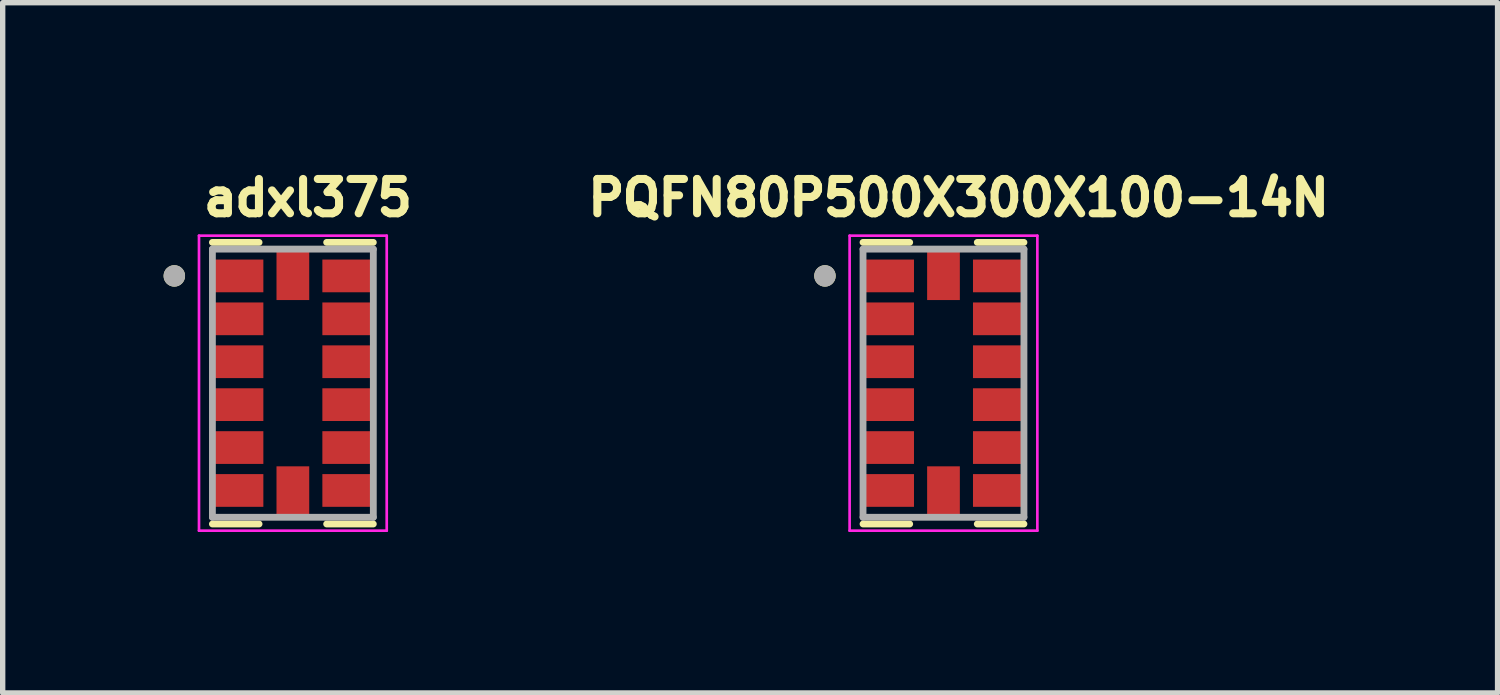
<source format=kicad_pcb>
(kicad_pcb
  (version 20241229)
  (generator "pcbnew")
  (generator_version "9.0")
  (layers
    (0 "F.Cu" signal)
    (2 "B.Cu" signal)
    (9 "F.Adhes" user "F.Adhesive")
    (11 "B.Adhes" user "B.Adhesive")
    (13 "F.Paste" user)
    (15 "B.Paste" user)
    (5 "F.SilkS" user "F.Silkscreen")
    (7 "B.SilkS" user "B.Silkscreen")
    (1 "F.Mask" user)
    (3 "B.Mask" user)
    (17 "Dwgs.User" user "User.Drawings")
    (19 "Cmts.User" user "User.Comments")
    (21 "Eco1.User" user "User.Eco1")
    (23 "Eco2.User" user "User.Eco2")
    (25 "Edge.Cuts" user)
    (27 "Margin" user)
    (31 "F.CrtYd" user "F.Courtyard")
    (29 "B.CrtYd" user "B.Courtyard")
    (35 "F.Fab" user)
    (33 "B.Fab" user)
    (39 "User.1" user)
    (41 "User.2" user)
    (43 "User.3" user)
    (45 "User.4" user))
  (footprint "PQFN80P500X300X100-14N"
    (layer "F.Cu")
    (at 14.54 4.094)
    (property "Reference" "PQFN80P500X300X100-14N" (at 0.282 -3.456 0) (layer "F.SilkS") (effects (font (size 0.64 0.64) (thickness 0.15))))
    (attr smd)
    (fp_poly (pts (xy -1.52 -2.355) (xy -0.5 -2.355) (xy -0.5 -1.645) (xy -1.52 -1.645)) (stroke (width 0.01) (type solid)) (fill yes) (layer "F.Mask"))
    (fp_poly (pts (xy -1.52 -1.555) (xy -0.5 -1.555) (xy -0.5 -0.845) (xy -1.52 -0.845)) (stroke (width 0.01) (type solid)) (fill yes) (layer "F.Mask"))
    (fp_poly (pts (xy -1.52 -0.755) (xy -0.5 -0.755) (xy -0.5 -0.045) (xy -1.52 -0.045)) (stroke (width 0.01) (type solid)) (fill yes) (layer "F.Mask"))
    (fp_poly (pts (xy -1.52 0.045) (xy -0.5 0.045) (xy -0.5 0.755) (xy -1.52 0.755)) (stroke (width 0.01) (type solid)) (fill yes) (layer "F.Mask"))
    (fp_poly (pts (xy -1.52 0.845) (xy -0.5 0.845) (xy -0.5 1.555) (xy -1.52 1.555)) (stroke (width 0.01) (type solid)) (fill yes) (layer "F.Mask"))
    (fp_poly (pts (xy -1.52 1.645) (xy -0.5 1.645) (xy -0.5 2.355) (xy -1.52 2.355)) (stroke (width 0.01) (type solid)) (fill yes) (layer "F.Mask"))
    (fp_poly (pts (xy -0.355 -2.52) (xy 0.355 -2.52) (xy 0.355 -1.5) (xy -0.355 -1.5)) (stroke (width 0.01) (type solid)) (fill yes) (layer "F.Mask"))
    (fp_poly (pts (xy -0.355 1.5) (xy 0.355 1.5) (xy 0.355 2.52) (xy -0.355 2.52)) (stroke (width 0.01) (type solid)) (fill yes) (layer "F.Mask"))
    (fp_poly (pts (xy 0.5 -2.355) (xy 1.52 -2.355) (xy 1.52 -1.645) (xy 0.5 -1.645)) (stroke (width 0.01) (type solid)) (fill yes) (layer "F.Mask"))
    (fp_poly (pts (xy 0.5 -1.555) (xy 1.52 -1.555) (xy 1.52 -0.845) (xy 0.5 -0.845)) (stroke (width 0.01) (type solid)) (fill yes) (layer "F.Mask"))
    (fp_poly (pts (xy 0.5 -0.755) (xy 1.52 -0.755) (xy 1.52 -0.045) (xy 0.5 -0.045)) (stroke (width 0.01) (type solid)) (fill yes) (layer "F.Mask"))
    (fp_poly (pts (xy 0.5 0.045) (xy 1.52 0.045) (xy 1.52 0.755) (xy 0.5 0.755)) (stroke (width 0.01) (type solid)) (fill yes) (layer "F.Mask"))
    (fp_poly (pts (xy 0.5 0.845) (xy 1.52 0.845) (xy 1.52 1.555) (xy 0.5 1.555)) (stroke (width 0.01) (type solid)) (fill yes) (layer "F.Mask"))
    (fp_poly (pts (xy 0.5 1.645) (xy 1.52 1.645) (xy 1.52 2.355) (xy 0.5 2.355)) (stroke (width 0.01) (type solid)) (fill yes) (layer "F.Mask"))
    (fp_line (start -1.5 -2.625) (end -0.63 -2.625) (stroke (width 0.127) (type solid)) (layer "F.SilkS"))
    (fp_line (start -1.5 2.625) (end -0.63 2.625) (stroke (width 0.127) (type solid)) (layer "F.SilkS"))
    (fp_line (start 1.5 -2.625) (end 0.63 -2.625) (stroke (width 0.127) (type solid)) (layer "F.SilkS"))
    (fp_line (start 1.5 2.625) (end 0.63 2.625) (stroke (width 0.127) (type solid)) (layer "F.SilkS"))
    (fp_circle (center -2.21 -2) (end -2.11 -2) (stroke (width 0.2) (type solid)) (fill no) (layer "F.SilkS"))
    (fp_line (start -1.75 -2.75) (end -1.75 2.75) (stroke (width 0.05) (type solid)) (layer "F.CrtYd"))
    (fp_line (start -1.75 2.75) (end 1.75 2.75) (stroke (width 0.05) (type solid)) (layer "F.CrtYd"))
    (fp_line (start 1.75 -2.75) (end -1.75 -2.75) (stroke (width 0.05) (type solid)) (layer "F.CrtYd"))
    (fp_line (start 1.75 2.75) (end 1.75 -2.75) (stroke (width 0.05) (type solid)) (layer "F.CrtYd"))
    (fp_line (start -1.5 -2.5) (end 1.5 -2.5) (stroke (width 0.127) (type solid)) (layer "F.Fab"))
    (fp_line (start -1.5 2.5) (end -1.5 -2.5) (stroke (width 0.127) (type solid)) (layer "F.Fab"))
    (fp_line (start 1.5 -2.5) (end 1.5 2.5) (stroke (width 0.127) (type solid)) (layer "F.Fab"))
    (fp_line (start 1.5 2.5) (end -1.5 2.5) (stroke (width 0.127) (type solid)) (layer "F.Fab"))
    (fp_circle (center -2.21 -2) (end -2.11 -2) (stroke (width 0.2) (type solid)) (fill no) (layer "F.Fab"))
    (pad "1" smd rect (at -1.01 -2) (size 0.92 0.61) (layers "F.Cu" "F.Paste"))
    (pad "2" smd rect (at -1.01 -1.2) (size 0.92 0.61) (layers "F.Cu" "F.Paste"))
    (pad "3" smd rect (at -1.01 -0.4) (size 0.92 0.61) (layers "F.Cu" "F.Paste"))
    (pad "4" smd rect (at -1.01 0.4) (size 0.92 0.61) (layers "F.Cu" "F.Paste"))
    (pad "5" smd rect (at -1.01 1.2) (size 0.92 0.61) (layers "F.Cu" "F.Paste"))
    (pad "6" smd rect (at -1.01 2) (size 0.92 0.61) (layers "F.Cu" "F.Paste"))
    (pad "7" smd rect (at 0 2.01) (size 0.61 0.92) (layers "F.Cu" "F.Paste"))
    (pad "8" smd rect (at 1.01 2) (size 0.92 0.61) (layers "F.Cu" "F.Paste"))
    (pad "9" smd rect (at 1.01 1.2) (size 0.92 0.61) (layers "F.Cu" "F.Paste"))
    (pad "10" smd rect (at 1.01 0.4) (size 0.92 0.61) (layers "F.Cu" "F.Paste"))
    (pad "11" smd rect (at 1.01 -0.4) (size 0.92 0.61) (layers "F.Cu" "F.Paste"))
    (pad "12" smd rect (at 1.01 -1.2) (size 0.92 0.61) (layers "F.Cu" "F.Paste"))
    (pad "13" smd rect (at 1.01 -2) (size 0.92 0.61) (layers "F.Cu" "F.Paste"))
    (pad "14" smd rect (at 0 -2.01) (size 0.61 0.92) (layers "F.Cu" "F.Paste")))
  (footprint "adxl375"
    (layer "F.Cu")
    (at 2.41 4.094)
    (property "Reference" "adxl375" (at 0.282 -3.456 0) (layer "F.SilkS") (effects (font (size 0.64 0.64) (thickness 0.15))))
    (attr smd)
    (fp_poly (pts (xy -1.52 -2.355) (xy -0.5 -2.355) (xy -0.5 -1.645) (xy -1.52 -1.645)) (stroke (width 0.01) (type solid)) (fill yes) (layer "F.Mask"))
    (fp_poly (pts (xy -1.52 -1.555) (xy -0.5 -1.555) (xy -0.5 -0.845) (xy -1.52 -0.845)) (stroke (width 0.01) (type solid)) (fill yes) (layer "F.Mask"))
    (fp_poly (pts (xy -1.52 -0.755) (xy -0.5 -0.755) (xy -0.5 -0.045) (xy -1.52 -0.045)) (stroke (width 0.01) (type solid)) (fill yes) (layer "F.Mask"))
    (fp_poly (pts (xy -1.52 0.045) (xy -0.5 0.045) (xy -0.5 0.755) (xy -1.52 0.755)) (stroke (width 0.01) (type solid)) (fill yes) (layer "F.Mask"))
    (fp_poly (pts (xy -1.52 0.845) (xy -0.5 0.845) (xy -0.5 1.555) (xy -1.52 1.555)) (stroke (width 0.01) (type solid)) (fill yes) (layer "F.Mask"))
    (fp_poly (pts (xy -1.52 1.645) (xy -0.5 1.645) (xy -0.5 2.355) (xy -1.52 2.355)) (stroke (width 0.01) (type solid)) (fill yes) (layer "F.Mask"))
    (fp_poly (pts (xy -0.355 -2.52) (xy 0.355 -2.52) (xy 0.355 -1.5) (xy -0.355 -1.5)) (stroke (width 0.01) (type solid)) (fill yes) (layer "F.Mask"))
    (fp_poly (pts (xy -0.355 1.5) (xy 0.355 1.5) (xy 0.355 2.52) (xy -0.355 2.52)) (stroke (width 0.01) (type solid)) (fill yes) (layer "F.Mask"))
    (fp_poly (pts (xy 0.5 -2.355) (xy 1.52 -2.355) (xy 1.52 -1.645) (xy 0.5 -1.645)) (stroke (width 0.01) (type solid)) (fill yes) (layer "F.Mask"))
    (fp_poly (pts (xy 0.5 -1.555) (xy 1.52 -1.555) (xy 1.52 -0.845) (xy 0.5 -0.845)) (stroke (width 0.01) (type solid)) (fill yes) (layer "F.Mask"))
    (fp_poly (pts (xy 0.5 -0.755) (xy 1.52 -0.755) (xy 1.52 -0.045) (xy 0.5 -0.045)) (stroke (width 0.01) (type solid)) (fill yes) (layer "F.Mask"))
    (fp_poly (pts (xy 0.5 0.045) (xy 1.52 0.045) (xy 1.52 0.755) (xy 0.5 0.755)) (stroke (width 0.01) (type solid)) (fill yes) (layer "F.Mask"))
    (fp_poly (pts (xy 0.5 0.845) (xy 1.52 0.845) (xy 1.52 1.555) (xy 0.5 1.555)) (stroke (width 0.01) (type solid)) (fill yes) (layer "F.Mask"))
    (fp_poly (pts (xy 0.5 1.645) (xy 1.52 1.645) (xy 1.52 2.355) (xy 0.5 2.355)) (stroke (width 0.01) (type solid)) (fill yes) (layer "F.Mask"))
    (fp_line (start -1.5 -2.625) (end -0.63 -2.625) (stroke (width 0.127) (type solid)) (layer "F.SilkS"))
    (fp_line (start -1.5 2.625) (end -0.63 2.625) (stroke (width 0.127) (type solid)) (layer "F.SilkS"))
    (fp_line (start 1.5 -2.625) (end 0.63 -2.625) (stroke (width 0.127) (type solid)) (layer "F.SilkS"))
    (fp_line (start 1.5 2.625) (end 0.63 2.625) (stroke (width 0.127) (type solid)) (layer "F.SilkS"))
    (fp_circle (center -2.21 -2) (end -2.11 -2) (stroke (width 0.2) (type solid)) (fill no) (layer "F.SilkS"))
    (fp_line (start -1.75 -2.75) (end -1.75 2.75) (stroke (width 0.05) (type solid)) (layer "F.CrtYd"))
    (fp_line (start -1.75 2.75) (end 1.75 2.75) (stroke (width 0.05) (type solid)) (layer "F.CrtYd"))
    (fp_line (start 1.75 -2.75) (end -1.75 -2.75) (stroke (width 0.05) (type solid)) (layer "F.CrtYd"))
    (fp_line (start 1.75 2.75) (end 1.75 -2.75) (stroke (width 0.05) (type solid)) (layer "F.CrtYd"))
    (fp_line (start -1.5 -2.5) (end 1.5 -2.5) (stroke (width 0.127) (type solid)) (layer "F.Fab"))
    (fp_line (start -1.5 2.5) (end -1.5 -2.5) (stroke (width 0.127) (type solid)) (layer "F.Fab"))
    (fp_line (start 1.5 -2.5) (end 1.5 2.5) (stroke (width 0.127) (type solid)) (layer "F.Fab"))
    (fp_line (start 1.5 2.5) (end -1.5 2.5) (stroke (width 0.127) (type solid)) (layer "F.Fab"))
    (fp_circle (center -2.21 -2) (end -2.11 -2) (stroke (width 0.2) (type solid)) (fill no) (layer "F.Fab"))
    (pad "1" smd rect (at -1.01 -2) (size 0.92 0.61) (layers "F.Cu" "F.Paste"))
    (pad "2" smd rect (at -1.01 -1.2) (size 0.92 0.61) (layers "F.Cu" "F.Paste"))
    (pad "3" smd rect (at -1.01 -0.4) (size 0.92 0.61) (layers "F.Cu" "F.Paste"))
    (pad "4" smd rect (at -1.01 0.4) (size 0.92 0.61) (layers "F.Cu" "F.Paste"))
    (pad "5" smd rect (at -1.01 1.2) (size 0.92 0.61) (layers "F.Cu" "F.Paste"))
    (pad "6" smd rect (at -1.01 2) (size 0.92 0.61) (layers "F.Cu" "F.Paste"))
    (pad "7" smd rect (at 0 2.01) (size 0.61 0.92) (layers "F.Cu" "F.Paste"))
    (pad "8" smd rect (at 1.01 2) (size 0.92 0.61) (layers "F.Cu" "F.Paste"))
    (pad "9" smd rect (at 1.01 1.2) (size 0.92 0.61) (layers "F.Cu" "F.Paste"))
    (pad "10" smd rect (at 1.01 0.4) (size 0.92 0.61) (layers "F.Cu" "F.Paste"))
    (pad "11" smd rect (at 1.01 -0.4) (size 0.92 0.61) (layers "F.Cu" "F.Paste"))
    (pad "12" smd rect (at 1.01 -1.2) (size 0.92 0.61) (layers "F.Cu" "F.Paste"))
    (pad "13" smd rect (at 1.01 -2) (size 0.92 0.61) (layers "F.Cu" "F.Paste"))
    (pad "14" smd rect (at 0 -2.01) (size 0.61 0.92) (layers "F.Cu" "F.Paste")))
  (gr_rect
    (start -3 -3)
    (end 24.87 9.869)
    (stroke (width 0.1) (type default))
    (fill no)
    (layer "Edge.Cuts")))
</source>
